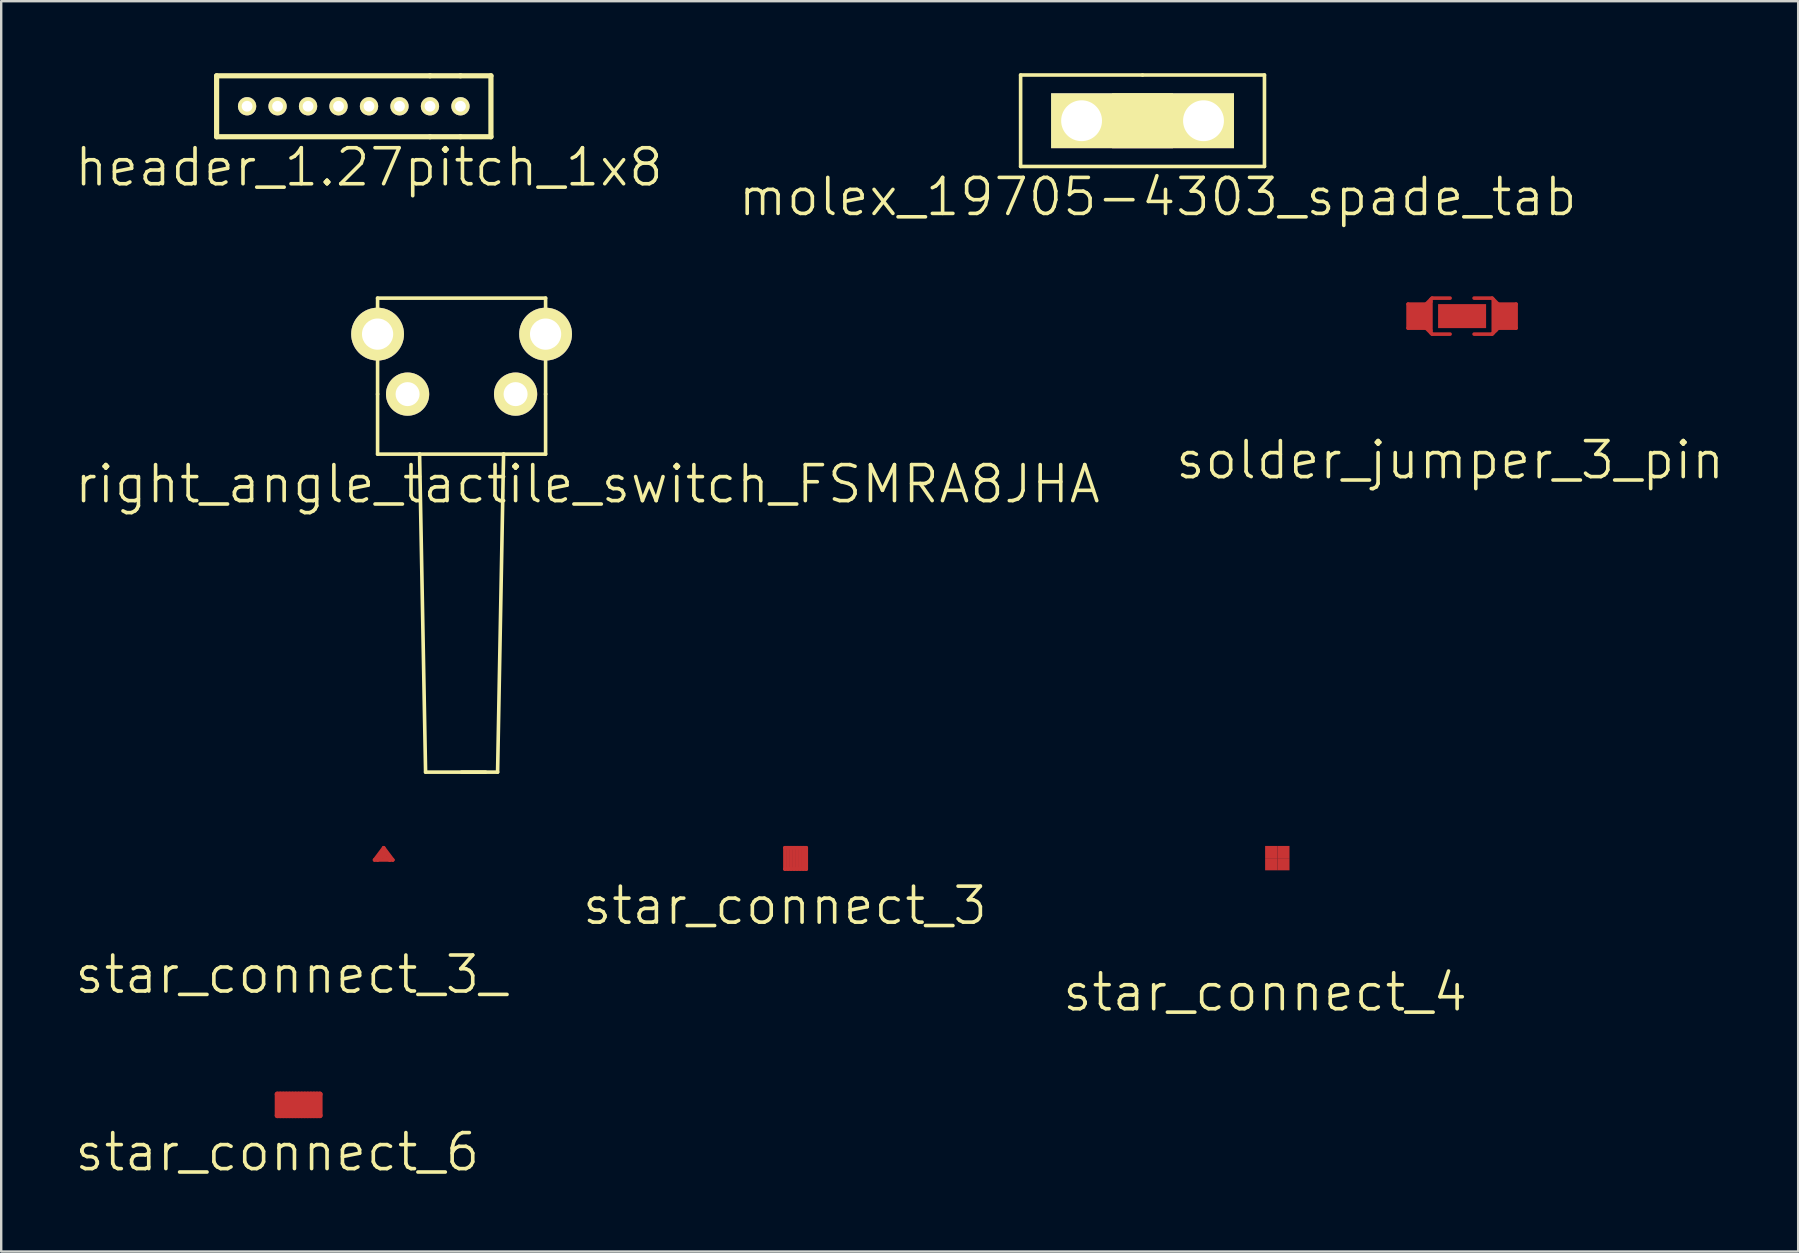
<source format=kicad_pcb>
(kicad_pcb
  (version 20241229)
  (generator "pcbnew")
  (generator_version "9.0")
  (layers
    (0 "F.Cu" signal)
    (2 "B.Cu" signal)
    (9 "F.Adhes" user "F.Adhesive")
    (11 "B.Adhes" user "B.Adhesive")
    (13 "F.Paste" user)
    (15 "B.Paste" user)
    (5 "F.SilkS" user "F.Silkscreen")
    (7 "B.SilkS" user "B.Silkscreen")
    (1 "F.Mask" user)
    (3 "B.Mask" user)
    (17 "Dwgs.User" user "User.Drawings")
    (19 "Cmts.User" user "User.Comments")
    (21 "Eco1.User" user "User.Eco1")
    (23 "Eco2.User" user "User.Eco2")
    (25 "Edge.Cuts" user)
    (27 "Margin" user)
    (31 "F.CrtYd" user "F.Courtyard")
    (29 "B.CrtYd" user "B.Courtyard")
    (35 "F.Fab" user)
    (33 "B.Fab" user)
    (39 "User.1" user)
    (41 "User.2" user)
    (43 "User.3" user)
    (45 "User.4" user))
  (footprint "right_angle_tactile_switch_FSMRA8JHA"
    (layer "F.Cu")
    (at 16.182 13.371)
    (property "Reference" "right_angle_tactile_switch_FSMRA8JHA" (at 5.25 3.75 0) (layer "F.SilkS") (effects (font (size 1.5 1.5) (thickness 0.15))))
    (attr through_hole)
    (fp_line (start -3.5 -4) (end -3.5 0) (stroke (width 0.15) (type solid)) (layer "F.SilkS"))
    (fp_line (start -3.5 2.5) (end -3.5 0) (stroke (width 0.15) (type solid)) (layer "F.SilkS"))
    (fp_line (start -1.75 2.5) (end -3.5 2.5) (stroke (width 0.15) (type solid)) (layer "F.SilkS"))
    (fp_line (start -1.75 2.5) (end 1.75 2.5) (stroke (width 0.15) (type solid)) (layer "F.SilkS"))
    (fp_line (start -1.5 15.75) (end -1.75 2.5) (stroke (width 0.15) (type solid)) (layer "F.SilkS"))
    (fp_line (start 0 15.75) (end 1 15.75) (stroke (width 0.15) (type solid)) (layer "F.SilkS"))
    (fp_line (start 1.5 15.75) (end -1.5 15.75) (stroke (width 0.15) (type solid)) (layer "F.SilkS"))
    (fp_line (start 1.75 2.5) (end 1.5 15.75) (stroke (width 0.15) (type solid)) (layer "F.SilkS"))
    (fp_line (start 1.75 2.5) (end 3.5 2.5) (stroke (width 0.15) (type solid)) (layer "F.SilkS"))
    (fp_line (start 3.5 -4) (end -3.5 -4) (stroke (width 0.15) (type solid)) (layer "F.SilkS"))
    (fp_line (start 3.5 -4) (end 3.5 0) (stroke (width 0.15) (type solid)) (layer "F.SilkS"))
    (fp_line (start 3.5 2.5) (end 3.5 0) (stroke (width 0.15) (type solid)) (layer "F.SilkS"))
    (pad "1" thru_hole circle (at -2.25 0) (size 1.8 1.8) (drill 1) (layers "*.Cu" "*.Mask" "F.SilkS"))
    (pad "2" thru_hole circle (at 2.25 0) (size 1.8 1.8) (drill 1) (layers "*.Cu" "*.Mask" "F.SilkS"))
    (pad "S" thru_hole circle (at -3.5 -2.5) (size 2.2 2.2) (drill 1.3) (layers "*.Cu" "*.Mask" "F.SilkS"))
    (pad "S" thru_hole circle (at 3.5 -2.5) (size 2.2 2.2) (drill 1.3) (layers "*.Cu" "*.Mask" "F.SilkS")))
  (footprint "star_connect_3"
    (layer "F.Cu")
    (at 29.654 33.16)
    (property "Reference" "star_connect_3" (at 0 1.524 0) (layer "F.SilkS") (effects (font (size 1.5 1.5) (thickness 0.15))))
    (attr through_hole)
    (fp_line (start 0 -0.889) (end 0.889 -0.889) (stroke (width 0.15) (type solid)) (layer "F.Cu"))
    (fp_line (start 0 0) (end 0 -0.889) (stroke (width 0.15) (type solid)) (layer "F.Cu"))
    (fp_line (start 0.127 0) (end 0.127 -0.889) (stroke (width 0.15) (type solid)) (layer "F.Cu"))
    (fp_line (start 0.254 0) (end 0.254 -0.889) (stroke (width 0.15) (type solid)) (layer "F.Cu"))
    (fp_line (start 0.381 0) (end 0.381 -0.889) (stroke (width 0.15) (type solid)) (layer "F.Cu"))
    (fp_line (start 0.508 0) (end 0.508 -0.889) (stroke (width 0.15) (type solid)) (layer "F.Cu"))
    (fp_line (start 0.635 0) (end 0.635 -0.889) (stroke (width 0.15) (type solid)) (layer "F.Cu"))
    (fp_line (start 0.762 0) (end 0.762 -0.889) (stroke (width 0.15) (type solid)) (layer "F.Cu"))
    (fp_line (start 0.889 0) (end 0 0) (stroke (width 0.15) (type solid)) (layer "F.Cu"))
    (fp_line (start 0.889 0) (end 0.889 -0.889) (stroke (width 0.15) (type solid)) (layer "F.Cu"))
    (pad "1" smd circle (at 0 0) (size 0.127 0.127) (layers "F.Cu"))
    (pad "2" smd circle (at 0.889 0) (size 0.127 0.127) (layers "F.Cu"))
    (pad "3" smd circle (at 0 -0.889) (size 0.127 0.127) (layers "F.Cu")))
  (footprint "star_connect_4"
    (layer "F.Cu")
    (at 49.915 32.958)
    (property "Reference" "star_connect_4" (at -0.254 5.334 0) (layer "F.SilkS") (effects (font (size 1.5 1.5) (thickness 0.15))))
    (attr through_hole)
    (pad "1" smd rect (at 0 0) (size 0.508 0.508) (layers "F.Cu"))
    (pad "2" smd rect (at 0.508 0) (size 0.508 0.508) (layers "F.Cu"))
    (pad "3" smd rect (at 0.508 -0.508) (size 0.508 0.508) (layers "F.Cu"))
    (pad "4" smd rect (at 0 -0.508) (size 0.508 0.508) (layers "F.Cu")))
  (footprint "header_1.27pitch_1x8"
    (layer "F.Cu")
    (at 11.055 1.378)
    (property "Reference" "header_1.27pitch_1x8" (at 1.27 2.54 0) (layer "F.SilkS") (effects (font (size 1.5 1.5) (thickness 0.15))))
    (attr through_hole)
    (fp_line (start -5.08 -1.27) (end -5.08 1.27) (stroke (width 0.216) (type solid)) (layer "F.SilkS"))
    (fp_line (start -5.08 1.27) (end 3.81 1.27) (stroke (width 0.216) (type solid)) (layer "F.SilkS"))
    (fp_line (start 3.81 -1.27) (end -5.08 -1.27) (stroke (width 0.216) (type solid)) (layer "F.SilkS"))
    (fp_line (start 3.81 -1.27) (end 5.08 -1.27) (stroke (width 0.216) (type solid)) (layer "F.SilkS"))
    (fp_line (start 5.08 -1.27) (end 6.35 -1.27) (stroke (width 0.216) (type solid)) (layer "F.SilkS"))
    (fp_line (start 5.08 1.27) (end 3.81 1.27) (stroke (width 0.216) (type solid)) (layer "F.SilkS"))
    (fp_line (start 6.35 -1.27) (end 6.35 1.27) (stroke (width 0.216) (type solid)) (layer "F.SilkS"))
    (fp_line (start 6.35 1.27) (end 5.08 1.27) (stroke (width 0.216) (type solid)) (layer "F.SilkS"))
    (pad "1" thru_hole circle (at -3.81 0 90) (size 0.762 0.762) (drill 0.45) (layers "*.Cu" "*.Mask" "F.SilkS"))
    (pad "2" thru_hole circle (at -2.54 0 90) (size 0.762 0.762) (drill 0.45) (layers "*.Cu" "*.Mask" "F.SilkS"))
    (pad "3" thru_hole circle (at -1.27 0 90) (size 0.762 0.762) (drill 0.45) (layers "*.Cu" "*.Mask" "F.SilkS"))
    (pad "4" thru_hole circle (at 0 0 90) (size 0.762 0.762) (drill 0.45) (layers "*.Cu" "*.Mask" "F.SilkS"))
    (pad "5" thru_hole circle (at 1.27 0 90) (size 0.762 0.762) (drill 0.45) (layers "*.Cu" "*.Mask" "F.SilkS"))
    (pad "6" thru_hole circle (at 2.54 0 90) (size 0.762 0.762) (drill 0.45) (layers "*.Cu" "*.Mask" "F.SilkS"))
    (pad "7" thru_hole circle (at 3.81 0 90) (size 0.762 0.762) (drill 0.45) (layers "*.Cu" "*.Mask" "F.SilkS"))
    (pad "8" thru_hole circle (at 5.08 0 90) (size 0.762 0.762) (drill 0.45) (layers "*.Cu" "*.Mask" "F.SilkS")))
  (footprint "solder_jumper_3_pin"
    (layer "F.Cu")
    (at 57.868 10.121)
    (property "Reference" "solder_jumper_3_pin" (at -0.5 6 0) (layer "F.SilkS") (effects (font (size 1.5 1.5) (thickness 0.15))))
    (attr through_hole)
    (fp_line (start -2.25 -0.5) (end -2.25 0.5) (stroke (width 0.15) (type solid)) (layer "F.Cu"))
    (fp_line (start -2.25 0.5) (end -1.5 0.5) (stroke (width 0.15) (type solid)) (layer "F.Cu"))
    (fp_line (start -1.5 -0.5) (end -2.25 -0.5) (stroke (width 0.15) (type solid)) (layer "F.Cu"))
    (fp_line (start -1.5 -0.5) (end -1.25 -0.75) (stroke (width 0.15) (type solid)) (layer "F.Cu"))
    (fp_line (start -1.4 0.5) (end -1.3 0.6) (stroke (width 0.15) (type solid)) (layer "F.Cu"))
    (fp_line (start -1.3 -0.7) (end -1.3 0.7) (stroke (width 0.15) (type solid)) (layer "F.Cu"))
    (fp_line (start -1.3 -0.6) (end -1.4 -0.5) (stroke (width 0.15) (type solid)) (layer "F.Cu"))
    (fp_line (start -1.25 -0.75) (end -0.5 -0.75) (stroke (width 0.15) (type solid)) (layer "F.Cu"))
    (fp_line (start -1.25 0.75) (end -1.5 0.5) (stroke (width 0.15) (type solid)) (layer "F.Cu"))
    (fp_line (start -0.5 0.75) (end -1.25 0.75) (stroke (width 0.15) (type solid)) (layer "F.Cu"))
    (fp_line (start 1.25 -0.75) (end 0.5 -0.75) (stroke (width 0.15) (type solid)) (layer "F.Cu"))
    (fp_line (start 1.25 0.75) (end 0.5 0.75) (stroke (width 0.15) (type solid)) (layer "F.Cu"))
    (fp_line (start 1.3 -0.7) (end 1.3 0.7) (stroke (width 0.15) (type solid)) (layer "F.Cu"))
    (fp_line (start 1.4 0.6) (end 1.4 -0.5) (stroke (width 0.15) (type solid)) (layer "F.Cu"))
    (fp_line (start 1.5 -0.5) (end 1.25 -0.75) (stroke (width 0.15) (type solid)) (layer "F.Cu"))
    (fp_line (start 1.5 -0.5) (end 2.25 -0.5) (stroke (width 0.15) (type solid)) (layer "F.Cu"))
    (fp_line (start 1.5 0.5) (end 1.25 0.75) (stroke (width 0.15) (type solid)) (layer "F.Cu"))
    (fp_line (start 2.25 -0.5) (end 2.25 0.5) (stroke (width 0.15) (type solid)) (layer "F.Cu"))
    (fp_line (start 2.25 0.5) (end 1.5 0.5) (stroke (width 0.15) (type solid)) (layer "F.Cu"))
    (fp_line (start 1.5 0) (end -1.5 0) (stroke (width 1.65) (type solid)) (layer "F.Mask"))
    (pad "1" smd rect (at -1.75 0) (size 1 1) (layers "F.Cu" "F.Mask"))
    (pad "2" smd rect (at 0 0) (size 2 1) (layers "F.Cu" "F.Mask"))
    (pad "3" smd rect (at 1.75 0) (size 1 1) (layers "F.Cu" "F.Mask")))
  (footprint "star_connect_6"
    (layer "F.Cu")
    (at 8.504 43.429)
    (property "Reference" "star_connect_6" (at 0 1.524 0) (layer "F.SilkS") (effects (font (size 1.5 1.5) (thickness 0.15))))
    (attr through_hole)
    (fp_line (start 0 -0.889) (end 0 0) (stroke (width 0.216) (type solid)) (layer "F.Cu"))
    (fp_line (start 0 -0.889) (end 1.778 -0.889) (stroke (width 0.216) (type solid)) (layer "F.Cu"))
    (fp_line (start 0.127 -0.889) (end 0.127 0) (stroke (width 0.216) (type solid)) (layer "F.Cu"))
    (fp_line (start 0.254 -0.889) (end 0.254 0) (stroke (width 0.216) (type solid)) (layer "F.Cu"))
    (fp_line (start 0.381 -0.889) (end 0.381 0) (stroke (width 0.216) (type solid)) (layer "F.Cu"))
    (fp_line (start 0.508 -0.889) (end 0.508 0) (stroke (width 0.216) (type solid)) (layer "F.Cu"))
    (fp_line (start 0.635 -0.889) (end 0.635 0) (stroke (width 0.216) (type solid)) (layer "F.Cu"))
    (fp_line (start 0.762 -0.889) (end 0.762 0) (stroke (width 0.216) (type solid)) (layer "F.Cu"))
    (fp_line (start 0.889 -0.889) (end 0.889 0) (stroke (width 0.216) (type solid)) (layer "F.Cu"))
    (fp_line (start 1.016 -0.889) (end 1.016 0) (stroke (width 0.216) (type solid)) (layer "F.Cu"))
    (fp_line (start 1.143 -0.889) (end 1.143 0) (stroke (width 0.216) (type solid)) (layer "F.Cu"))
    (fp_line (start 1.27 -0.889) (end 1.27 0) (stroke (width 0.216) (type solid)) (layer "F.Cu"))
    (fp_line (start 1.397 -0.889) (end 1.397 0) (stroke (width 0.216) (type solid)) (layer "F.Cu"))
    (fp_line (start 1.524 -0.889) (end 1.524 0) (stroke (width 0.216) (type solid)) (layer "F.Cu"))
    (fp_line (start 1.651 -0.889) (end 1.651 0) (stroke (width 0.216) (type solid)) (layer "F.Cu"))
    (fp_line (start 1.778 -0.889) (end 1.778 0) (stroke (width 0.216) (type solid)) (layer "F.Cu"))
    (fp_line (start 1.778 0) (end 0 0) (stroke (width 0.216) (type solid)) (layer "F.Cu"))
    (pad "1" smd circle (at 0 0) (size 0.127 0.127) (layers "F.Cu"))
    (pad "2" smd circle (at 0.889 0) (size 0.127 0.127) (layers "F.Cu"))
    (pad "3" smd circle (at 1.778 0) (size 0.127 0.127) (layers "F.Cu"))
    (pad "4" smd circle (at 1.778 -0.889) (size 0.127 0.127) (layers "F.Cu"))
    (pad "5" smd circle (at 0.889 -0.889) (size 0.127 0.127) (layers "F.Cu"))
    (pad "6" smd circle (at 0 -0.889) (size 0.127 0.127) (layers "F.Cu")))
  (footprint "molex_19705-4303_spade_tab"
    (layer "F.Cu")
    (at 44.554 1.98)
    (property "Reference" "molex_19705-4303_spade_tab" (at 0.635 3.175 0) (layer "F.SilkS") (effects (font (size 1.5 1.5) (thickness 0.15))))
    (attr through_hole)
    (fp_line (start -5.08 -1.905) (end -5.08 1.905) (stroke (width 0.15) (type solid)) (layer "F.SilkS"))
    (fp_line (start -5.08 1.905) (end 5.08 1.905) (stroke (width 0.15) (type solid)) (layer "F.SilkS"))
    (fp_line (start 0 -1.905) (end -5.08 -1.905) (stroke (width 0.15) (type solid)) (layer "F.SilkS"))
    (fp_line (start 5.08 -1.905) (end 0 -1.905) (stroke (width 0.15) (type solid)) (layer "F.SilkS"))
    (fp_line (start 5.08 1.905) (end 5.08 -1.905) (stroke (width 0.15) (type solid)) (layer "F.SilkS"))
    (pad "1" thru_hole rect (at -2.54 0) (size 5.08 2.286) (drill 1.702 (offset 1.27 0)) (layers "*.Cu" "*.Mask" "F.SilkS"))
    (pad "1" thru_hole rect (at 2.54 0) (size 5.08 2.286) (drill 1.702 (offset -1.27 0)) (layers "*.Cu" "*.Mask" "F.SilkS")))
  (footprint "star_connect_3_"
    (layer "F.Cu")
    (at 12.936 32.779)
    (property "Reference" "star_connect_3_" (at -3.861 4.775 0) (layer "F.SilkS") (effects (font (size 1.5 1.5) (thickness 0.15))))
    (attr through_hole)
    (fp_line (start -0.381 0) (end 0 -0.508) (stroke (width 0.15) (type solid)) (layer "F.Cu"))
    (fp_line (start -0.254 0) (end 0.127 -0.254) (stroke (width 0.15) (type solid)) (layer "F.Cu"))
    (fp_line (start 0 -0.508) (end 0.381 0) (stroke (width 0.15) (type solid)) (layer "F.Cu"))
    (fp_line (start 0 -0.381) (end -0.254 0) (stroke (width 0.15) (type solid)) (layer "F.Cu"))
    (fp_line (start 0 -0.127) (end 0 -0.381) (stroke (width 0.15) (type solid)) (layer "F.Cu"))
    (fp_line (start 0.127 -0.254) (end 0.254 0) (stroke (width 0.15) (type solid)) (layer "F.Cu"))
    (fp_line (start 0.254 0) (end 0 -0.127) (stroke (width 0.15) (type solid)) (layer "F.Cu"))
    (fp_line (start 0.381 0) (end -0.381 0) (stroke (width 0.15) (type solid)) (layer "F.Cu"))
    (pad "1" smd circle (at -0.381 0) (size 0.127 0.127) (layers "F.Cu"))
    (pad "2" smd circle (at 0.381 0) (size 0.127 0.127) (layers "F.Cu"))
    (pad "3" smd circle (at 0 -0.508) (size 0.127 0.127) (layers "F.Cu")))
  (gr_rect
    (start -3 -3)
    (end 71.871 49.094)
    (stroke (width 0.1) (type default))
    (fill no)
    (layer "Edge.Cuts")))
</source>
